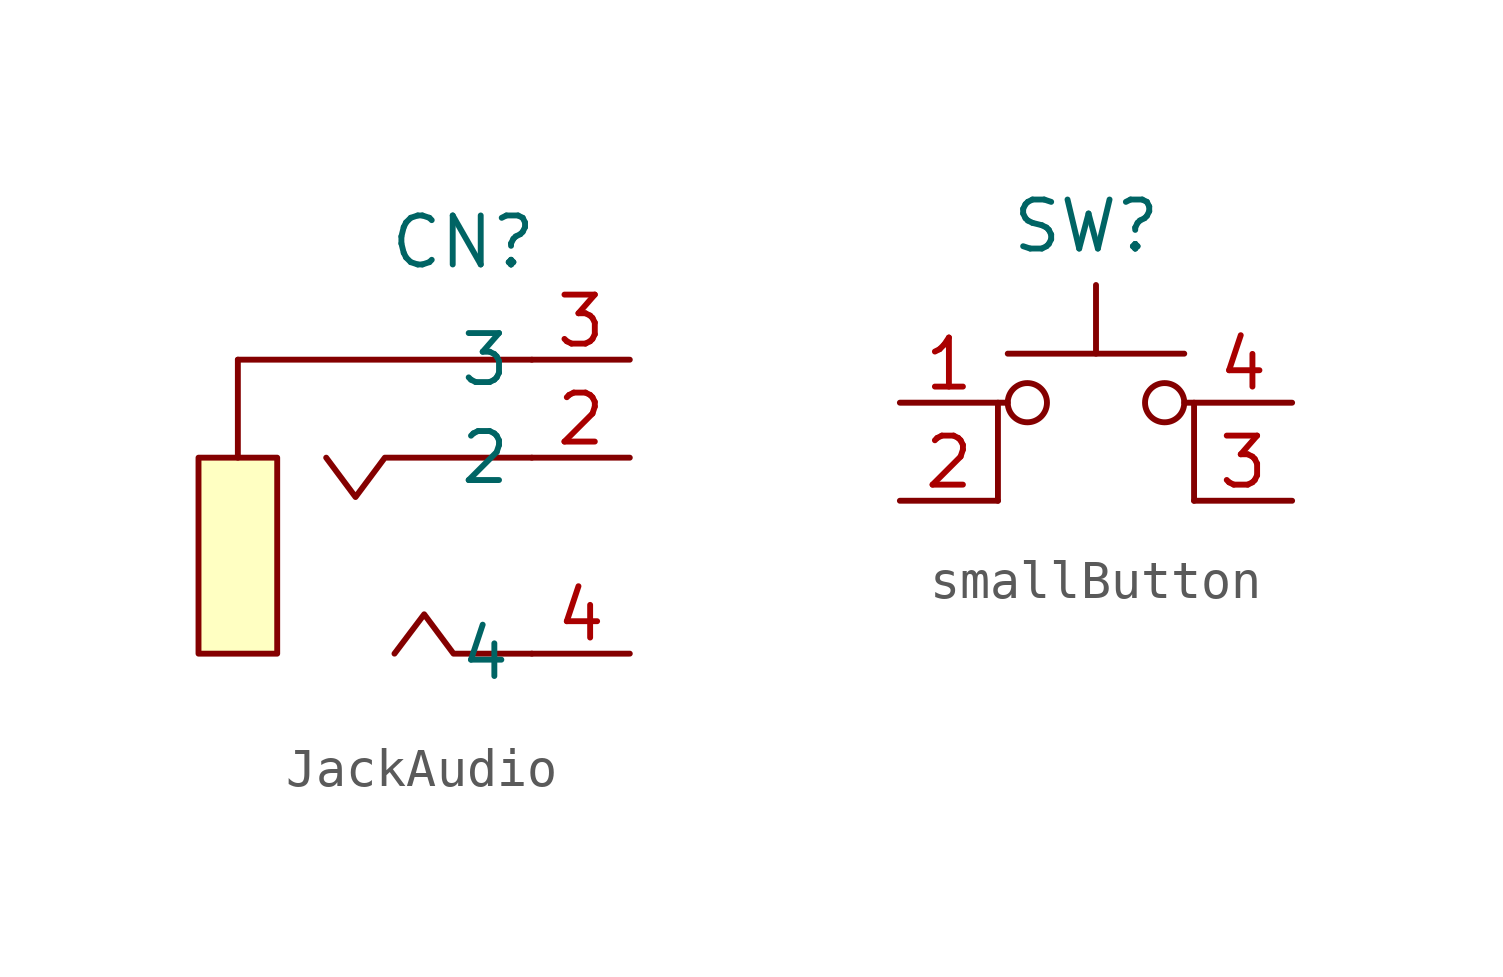
<source format=kicad_sym>
(kicad_symbol_lib
  (version 20231120)
  (generator "kicad_symbol_editor")
  (generator_version "8.0")
  (symbol "JackAudio"
    (property "Reference" "CN"
      (at 0.762 5.588 0)
      (effects (font (size 1.27 1.27))))
    (property "Value" ""
      (at 0 0 0)
      (effects (font (size 1.27 1.27))))
    (symbol "JackAudio_0_1"
      (rectangle (start -6.1 0) (end -4.06 -5.08) (stroke (width 0) (type default)) (fill (type background)))
      (polyline (pts (xy -5.08 2.54) (xy -5.08 0)) (stroke (width 0) (type default)) (fill (type none)))
      (polyline (pts (xy -5.08 2.54) (xy 2.54 2.54)) (stroke (width 0) (type default)) (fill (type none)))
      (polyline (pts (xy 2.54 -5.08) (xy 0.51 -5.08) (xy -0.25 -4.06) (xy -1.02 -5.08)) (stroke (width 0) (type default)) (fill (type none)))
      (polyline (pts (xy 2.54 0) (xy -1.27 0) (xy -2.03 -1.02) (xy -2.79 0)) (stroke (width 0) (type default)) (fill (type none)))
      (pin unspecified line (at 5.08 0 180) (length 2.54) (name "2" (effects (font (size 1.27 1.27)))) (number "2" (effects (font (size 1.27 1.27)))))
      (pin unspecified line (at 5.08 2.54 180) (length 2.54) (name "3" (effects (font (size 1.27 1.27)))) (number "3" (effects (font (size 1.27 1.27)))))
      (pin unspecified line (at 5.08 -5.08 180) (length 2.54) (name "4" (effects (font (size 1.27 1.27)))) (number "4" (effects (font (size 1.27 1.27)))))))
  (symbol "smallButton"
    (property "Reference" "SW"
      (at -0.254 4.572 0)
      (effects (font (size 1.27 1.27))))
    (property "Value" ""
      (at 0 0 0)
      (effects (font (size 1.27 1.27))))
    (symbol "smallButton_0_1"
      (circle (center -1.778 0) (radius 0.508) (stroke (width 0) (type default)) (fill (type none)))
      (polyline (pts (xy -2.286 1.27) (xy 2.286 1.27)) (stroke (width 0) (type default)) (fill (type none)))
      (polyline (pts (xy 0 1.27) (xy 0 3.048)) (stroke (width 0) (type default)) (fill (type none)))
      (polyline (pts (xy -2.54 -2.54) (xy -2.54 0) (xy -2.286 0)) (stroke (width 0) (type default)) (fill (type none)))
      (polyline (pts (xy 2.54 -2.54) (xy 2.54 0) (xy 2.286 0)) (stroke (width 0) (type default)) (fill (type none)))
      (circle (center 1.778 0) (radius 0.508) (stroke (width 0) (type default)) (fill (type none))))
    (symbol "smallButton_1_1"
      (pin passive line (at -5.08 0 0) (length 2.54) (name "" (effects (font (size 1.27 1.27)))) (number "1" (effects (font (size 1.27 1.27)))))
      (pin passive line (at -5.08 -2.54 0) (length 2.54) (name "" (effects (font (size 1.27 1.27)))) (number "2" (effects (font (size 1.27 1.27)))))
      (pin passive line (at 5.08 -2.54 180) (length 2.54) (name "" (effects (font (size 1.27 1.27)))) (number "3" (effects (font (size 1.27 1.27)))))
      (pin passive line (at 5.08 0 180) (length 2.54) (name "" (effects (font (size 1.27 1.27)))) (number "4" (effects (font (size 1.27 1.27))))))))
</source>
